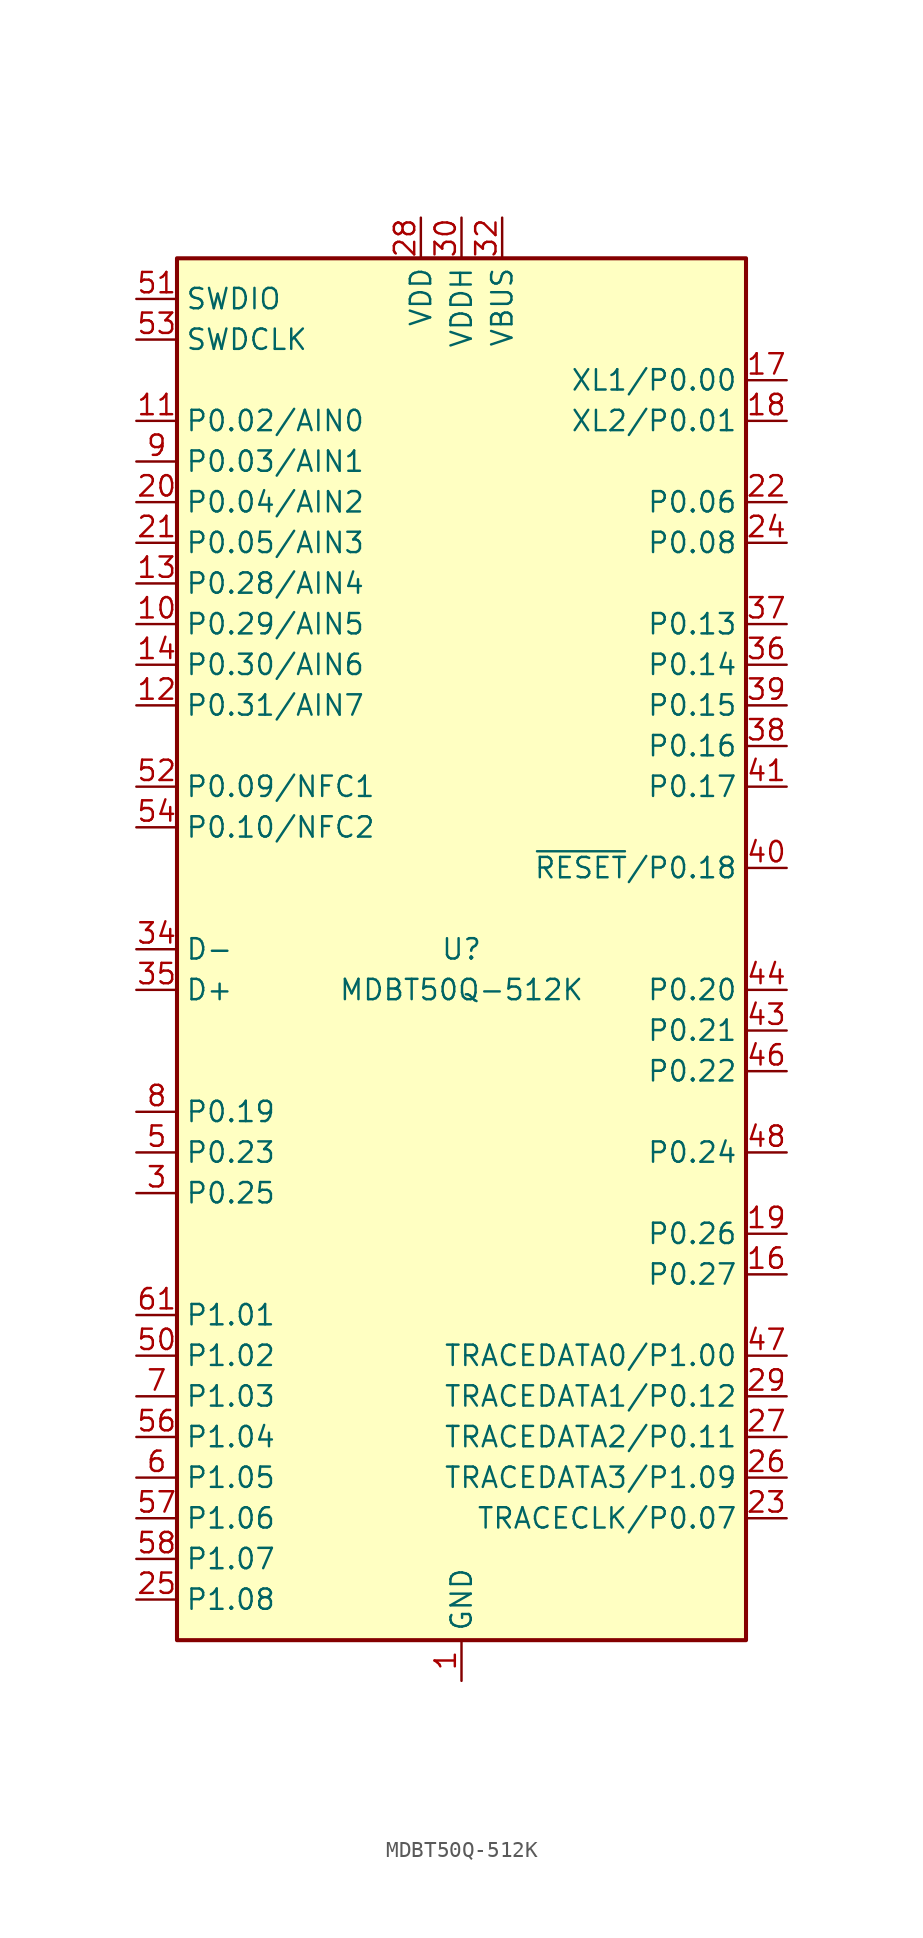
<source format=kicad_sym>
(kicad_symbol_lib
  (version 20201005)
  (generator kicad_symbol_editor)
  (symbol "MDBT50Q-512K"
    (property "Reference" "U"
      (at 0 0 0)
      (effects (font (size 1.27 1.27))))
    (property "Value" "MDBT50Q-512K"
      (at 0 -2.54 0)
      (effects (font (size 1.27 1.27))))
    (symbol "MDBT50Q-512K_0_1"
      (rectangle (start -17.78 43.18) (end 17.78 -43.18) (stroke (width 0.254)) (fill (type background))))
    (symbol "MDBT50Q-512K_1_1"
      (pin power_in line (at 0 -45.72 90) (length 2.54) (name "GND" (effects (font (size 1.27 1.27)))) (number "1" (effects (font (size 1.27 1.27)))))
      (pin bidirectional line (at -20.32 20.32 0) (length 2.54) (name "P0.29/AIN5" (effects (font (size 1.27 1.27)))) (number "10" (effects (font (size 1.27 1.27)))))
      (pin bidirectional line (at -20.32 33.02 0) (length 2.54) (name "P0.02/AIN0" (effects (font (size 1.27 1.27)))) (number "11" (effects (font (size 1.27 1.27)))))
      (pin bidirectional line (at -20.32 15.24 0) (length 2.54) (name "P0.31/AIN7" (effects (font (size 1.27 1.27)))) (number "12" (effects (font (size 1.27 1.27)))))
      (pin bidirectional line (at -20.32 22.86 0) (length 2.54) (name "P0.28/AIN4" (effects (font (size 1.27 1.27)))) (number "13" (effects (font (size 1.27 1.27)))))
      (pin bidirectional line (at -20.32 17.78 0) (length 2.54) (name "P0.30/AIN6" (effects (font (size 1.27 1.27)))) (number "14" (effects (font (size 1.27 1.27)))))
      (pin passive line (at 0 -45.72 90) (length 2.54) hide (name "GND" (effects (font (size 1.27 1.27)))) (number "15" (effects (font (size 1.27 1.27)))))
      (pin bidirectional line (at 20.32 -20.32 180) (length 2.54) (name "P0.27" (effects (font (size 1.27 1.27)))) (number "16" (effects (font (size 1.27 1.27)))))
      (pin bidirectional line (at 20.32 35.56 180) (length 2.54) (name "XL1/P0.00" (effects (font (size 1.27 1.27)))) (number "17" (effects (font (size 1.27 1.27)))))
      (pin bidirectional line (at 20.32 33.02 180) (length 2.54) (name "XL2/P0.01" (effects (font (size 1.27 1.27)))) (number "18" (effects (font (size 1.27 1.27)))))
      (pin bidirectional line (at 20.32 -17.78 180) (length 2.54) (name "P0.26" (effects (font (size 1.27 1.27)))) (number "19" (effects (font (size 1.27 1.27)))))
      (pin passive line (at 0 -45.72 90) (length 2.54) hide (name "GND" (effects (font (size 1.27 1.27)))) (number "2" (effects (font (size 1.27 1.27)))))
      (pin bidirectional line (at -20.32 27.94 0) (length 2.54) (name "P0.04/AIN2" (effects (font (size 1.27 1.27)))) (number "20" (effects (font (size 1.27 1.27)))))
      (pin bidirectional line (at -20.32 25.4 0) (length 2.54) (name "P0.05/AIN3" (effects (font (size 1.27 1.27)))) (number "21" (effects (font (size 1.27 1.27)))))
      (pin bidirectional line (at 20.32 27.94 180) (length 2.54) (name "P0.06" (effects (font (size 1.27 1.27)))) (number "22" (effects (font (size 1.27 1.27)))))
      (pin bidirectional line (at 20.32 -35.56 180) (length 2.54) (name "TRACECLK/P0.07" (effects (font (size 1.27 1.27)))) (number "23" (effects (font (size 1.27 1.27)))))
      (pin bidirectional line (at 20.32 25.4 180) (length 2.54) (name "P0.08" (effects (font (size 1.27 1.27)))) (number "24" (effects (font (size 1.27 1.27)))))
      (pin bidirectional line (at -20.32 -40.64 0) (length 2.54) (name "P1.08" (effects (font (size 1.27 1.27)))) (number "25" (effects (font (size 1.27 1.27)))))
      (pin bidirectional line (at 20.32 -33.02 180) (length 2.54) (name "TRACEDATA3/P1.09" (effects (font (size 1.27 1.27)))) (number "26" (effects (font (size 1.27 1.27)))))
      (pin bidirectional line (at 20.32 -30.48 180) (length 2.54) (name "TRACEDATA2/P0.11" (effects (font (size 1.27 1.27)))) (number "27" (effects (font (size 1.27 1.27)))))
      (pin power_in line (at -2.54 45.72 270) (length 2.54) (name "VDD" (effects (font (size 1.27 1.27)))) (number "28" (effects (font (size 1.27 1.27)))))
      (pin bidirectional line (at 20.32 -27.94 180) (length 2.54) (name "TRACEDATA1/P0.12" (effects (font (size 1.27 1.27)))) (number "29" (effects (font (size 1.27 1.27)))))
      (pin bidirectional line (at -20.32 -15.24 0) (length 2.54) (name "P0.25" (effects (font (size 1.27 1.27)))) (number "3" (effects (font (size 1.27 1.27)))))
      (pin power_in line (at 0 45.72 270) (length 2.54) (name "VDDH" (effects (font (size 1.27 1.27)))) (number "30" (effects (font (size 1.27 1.27)))))
      (pin no_connect line (at 5.08 43.18 270) (length 2.54) hide (name "NC" (effects (font (size 1.27 1.27)))) (number "31" (effects (font (size 1.27 1.27)))))
      (pin power_in line (at 2.54 45.72 270) (length 2.54) (name "VBUS" (effects (font (size 1.27 1.27)))) (number "32" (effects (font (size 1.27 1.27)))))
      (pin passive line (at 0 -45.72 90) (length 2.54) hide (name "GND" (effects (font (size 1.27 1.27)))) (number "33" (effects (font (size 1.27 1.27)))))
      (pin bidirectional line (at -20.32 0 0) (length 2.54) (name "D-" (effects (font (size 1.27 1.27)))) (number "34" (effects (font (size 1.27 1.27)))))
      (pin bidirectional line (at -20.32 -2.54 0) (length 2.54) (name "D+" (effects (font (size 1.27 1.27)))) (number "35" (effects (font (size 1.27 1.27)))))
      (pin bidirectional line (at 20.32 17.78 180) (length 2.54) (name "P0.14" (effects (font (size 1.27 1.27)))) (number "36" (effects (font (size 1.27 1.27)))))
      (pin bidirectional line (at 20.32 20.32 180) (length 2.54) (name "P0.13" (effects (font (size 1.27 1.27)))) (number "37" (effects (font (size 1.27 1.27)))))
      (pin bidirectional line (at 20.32 12.7 180) (length 2.54) (name "P0.16" (effects (font (size 1.27 1.27)))) (number "38" (effects (font (size 1.27 1.27)))))
      (pin bidirectional line (at 20.32 15.24 180) (length 2.54) (name "P0.15" (effects (font (size 1.27 1.27)))) (number "39" (effects (font (size 1.27 1.27)))))
      (pin no_connect line (at -17.78 -17.78 0) (length 2.54) hide (name "NC" (effects (font (size 1.27 1.27)))) (number "4" (effects (font (size 1.27 1.27)))))
      (pin bidirectional line (at 20.32 5.08 180) (length 2.54) (name "~RESET~/P0.18" (effects (font (size 1.27 1.27)))) (number "40" (effects (font (size 1.27 1.27)))))
      (pin bidirectional line (at 20.32 10.16 180) (length 2.54) (name "P0.17" (effects (font (size 1.27 1.27)))) (number "41" (effects (font (size 1.27 1.27)))))
      (pin no_connect line (at 17.78 0 180) (length 2.54) hide (name "P0.19" (effects (font (size 1.27 1.27)))) (number "42" (effects (font (size 1.27 1.27)))))
      (pin bidirectional line (at 20.32 -5.08 180) (length 2.54) (name "P0.21" (effects (font (size 1.27 1.27)))) (number "43" (effects (font (size 1.27 1.27)))))
      (pin bidirectional line (at 20.32 -2.54 180) (length 2.54) (name "P0.20" (effects (font (size 1.27 1.27)))) (number "44" (effects (font (size 1.27 1.27)))))
      (pin no_connect line (at 17.78 -10.16 180) (length 2.54) hide (name "NC" (effects (font (size 1.27 1.27)))) (number "45" (effects (font (size 1.27 1.27)))))
      (pin bidirectional line (at 20.32 -7.62 180) (length 2.54) (name "P0.22" (effects (font (size 1.27 1.27)))) (number "46" (effects (font (size 1.27 1.27)))))
      (pin bidirectional line (at 20.32 -25.4 180) (length 2.54) (name "TRACEDATA0/P1.00" (effects (font (size 1.27 1.27)))) (number "47" (effects (font (size 1.27 1.27)))))
      (pin bidirectional line (at 20.32 -12.7 180) (length 2.54) (name "P0.24" (effects (font (size 1.27 1.27)))) (number "48" (effects (font (size 1.27 1.27)))))
      (pin no_connect line (at 17.78 -15.24 180) (length 2.54) hide (name "NC" (effects (font (size 1.27 1.27)))) (number "49" (effects (font (size 1.27 1.27)))))
      (pin bidirectional line (at -20.32 -12.7 0) (length 2.54) (name "P0.23" (effects (font (size 1.27 1.27)))) (number "5" (effects (font (size 1.27 1.27)))))
      (pin bidirectional line (at -20.32 -25.4 0) (length 2.54) (name "P1.02" (effects (font (size 1.27 1.27)))) (number "50" (effects (font (size 1.27 1.27)))))
      (pin bidirectional line (at -20.32 40.64 0) (length 2.54) (name "SWDIO" (effects (font (size 1.27 1.27)))) (number "51" (effects (font (size 1.27 1.27)))))
      (pin bidirectional line (at -20.32 10.16 0) (length 2.54) (name "P0.09/NFC1" (effects (font (size 1.27 1.27)))) (number "52" (effects (font (size 1.27 1.27)))))
      (pin input line (at -20.32 38.1 0) (length 2.54) (name "SWDCLK" (effects (font (size 1.27 1.27)))) (number "53" (effects (font (size 1.27 1.27)))))
      (pin bidirectional line (at -20.32 7.62 0) (length 2.54) (name "P0.10/NFC2" (effects (font (size 1.27 1.27)))) (number "54" (effects (font (size 1.27 1.27)))))
      (pin passive line (at 0 -45.72 90) (length 2.54) hide (name "GND" (effects (font (size 1.27 1.27)))) (number "55" (effects (font (size 1.27 1.27)))))
      (pin bidirectional line (at -20.32 -30.48 0) (length 2.54) (name "P1.04" (effects (font (size 1.27 1.27)))) (number "56" (effects (font (size 1.27 1.27)))))
      (pin bidirectional line (at -20.32 -35.56 0) (length 2.54) (name "P1.06" (effects (font (size 1.27 1.27)))) (number "57" (effects (font (size 1.27 1.27)))))
      (pin bidirectional line (at -20.32 -38.1 0) (length 2.54) (name "P1.07" (effects (font (size 1.27 1.27)))) (number "58" (effects (font (size 1.27 1.27)))))
      (pin no_connect line (at 17.78 38.1 180) (length 2.54) hide (name "NC" (effects (font (size 1.27 1.27)))) (number "59" (effects (font (size 1.27 1.27)))))
      (pin bidirectional line (at -20.32 -33.02 0) (length 2.54) (name "P1.05" (effects (font (size 1.27 1.27)))) (number "6" (effects (font (size 1.27 1.27)))))
      (pin no_connect line (at 17.78 40.64 180) (length 2.54) hide (name "NC" (effects (font (size 1.27 1.27)))) (number "60" (effects (font (size 1.27 1.27)))))
      (pin bidirectional line (at -20.32 -22.86 0) (length 2.54) (name "P1.01" (effects (font (size 1.27 1.27)))) (number "61" (effects (font (size 1.27 1.27)))))
      (pin bidirectional line (at -20.32 -27.94 0) (length 2.54) (name "P1.03" (effects (font (size 1.27 1.27)))) (number "7" (effects (font (size 1.27 1.27)))))
      (pin bidirectional line (at -20.32 -10.16 0) (length 2.54) (name "P0.19" (effects (font (size 1.27 1.27)))) (number "8" (effects (font (size 1.27 1.27)))))
      (pin bidirectional line (at -20.32 30.48 0) (length 2.54) (name "P0.03/AIN1" (effects (font (size 1.27 1.27)))) (number "9" (effects (font (size 1.27 1.27))))))))
</source>
